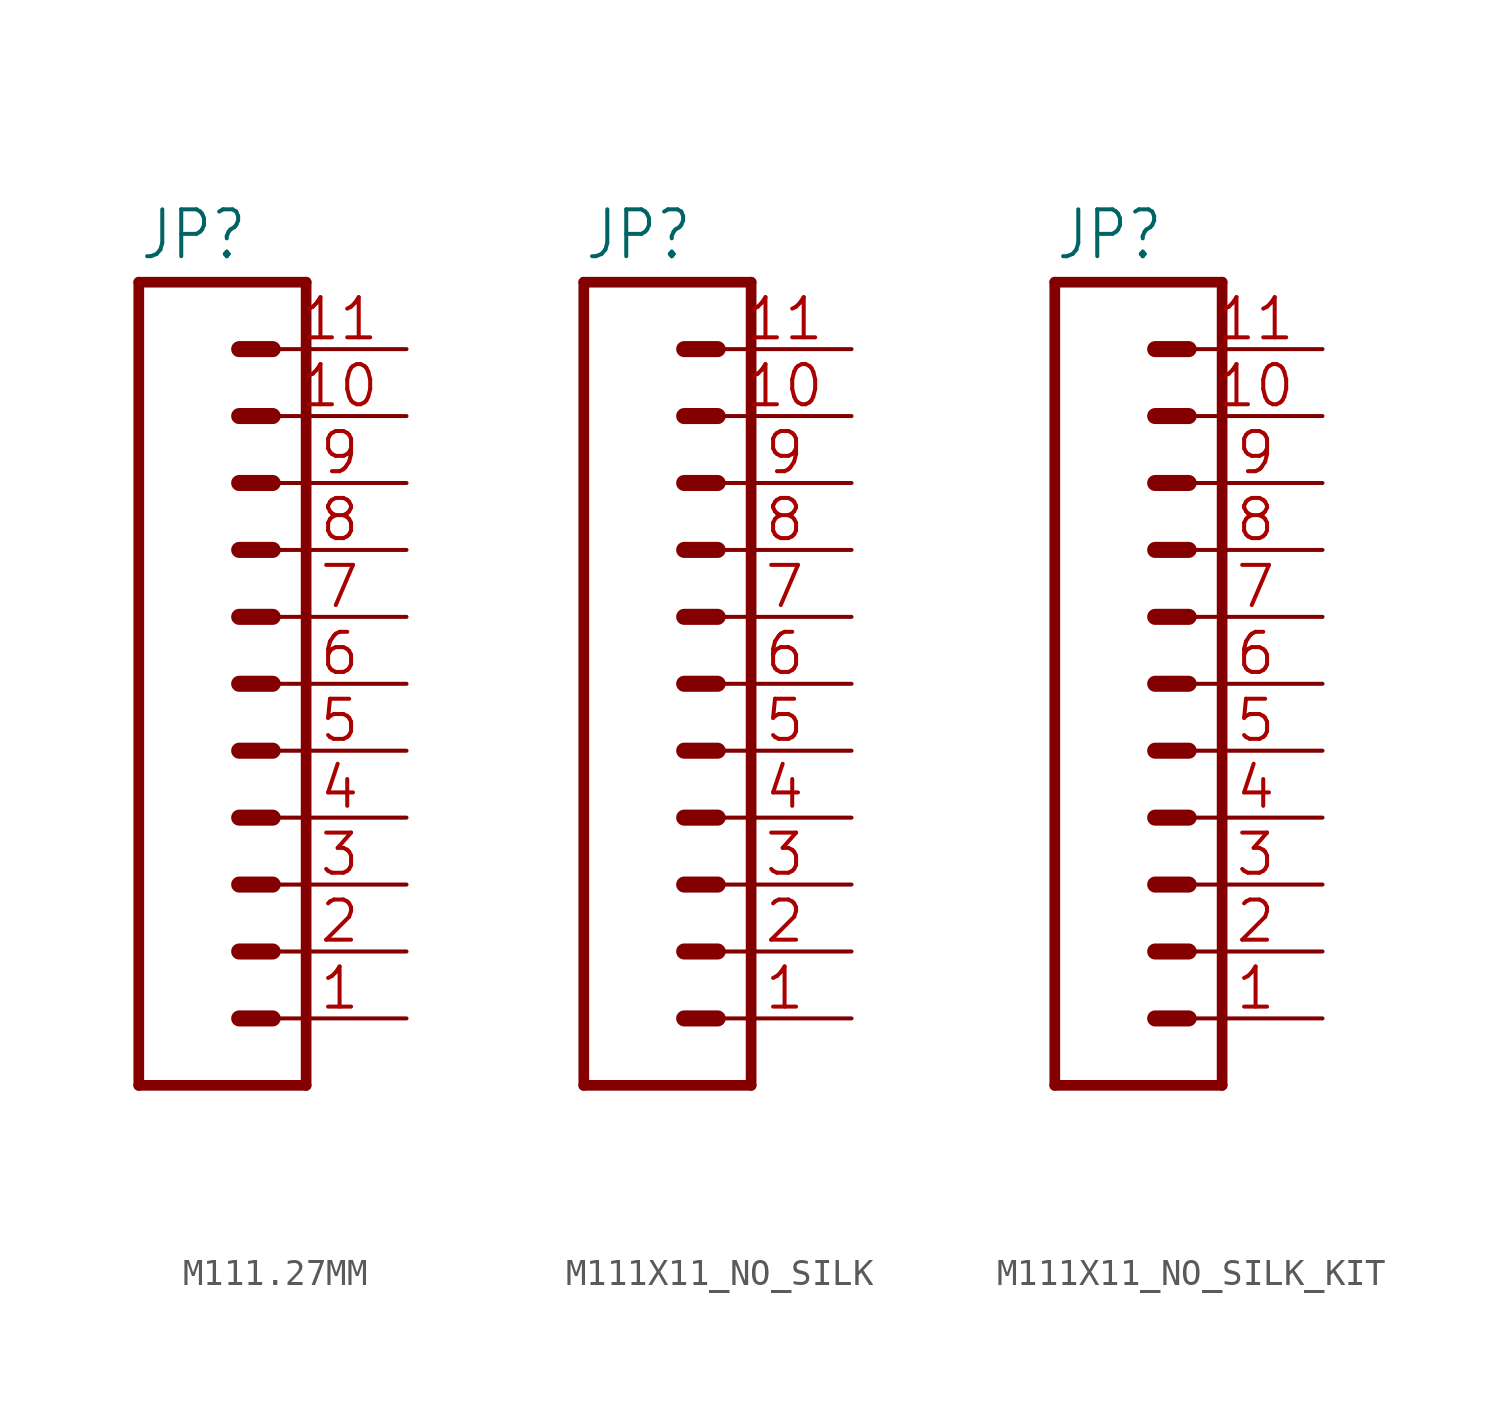
<source format=kicad_sym>
(kicad_symbol_lib
  (version 20241209)
  (generator "kicad_symbol_editor")
  (generator_version "9.0")
  (symbol "M111.27MM"
    (property "Reference" "JP"
      (at 0 16.002 0)
      (effects (font (size 1.778 1.511)) (justify left bottom)))
    (property "Value" ""
      (at 0 -17.78 0)
      (effects (font (size 1.778 1.511)) (justify left bottom)))
    (property "ki_locked" ""
      (at 0 0 0)
      (effects (font (size 1.27 1.27))))
    (symbol "M111.27MM_1_0"
      (polyline (pts (xy 0 15.24) (xy 0 -15.24)) (stroke (width 0.406) (type solid)) (fill (type none)))
      (polyline (pts (xy 0 15.24) (xy 6.35 15.24)) (stroke (width 0.406) (type solid)) (fill (type none)))
      (polyline (pts (xy 3.81 12.7) (xy 5.08 12.7)) (stroke (width 0.61) (type solid)) (fill (type none)))
      (polyline (pts (xy 3.81 10.16) (xy 5.08 10.16)) (stroke (width 0.61) (type solid)) (fill (type none)))
      (polyline (pts (xy 3.81 7.62) (xy 5.08 7.62)) (stroke (width 0.61) (type solid)) (fill (type none)))
      (polyline (pts (xy 3.81 5.08) (xy 5.08 5.08)) (stroke (width 0.61) (type solid)) (fill (type none)))
      (polyline (pts (xy 3.81 2.54) (xy 5.08 2.54)) (stroke (width 0.61) (type solid)) (fill (type none)))
      (polyline (pts (xy 3.81 0) (xy 5.08 0)) (stroke (width 0.61) (type solid)) (fill (type none)))
      (polyline (pts (xy 3.81 -2.54) (xy 5.08 -2.54)) (stroke (width 0.61) (type solid)) (fill (type none)))
      (polyline (pts (xy 3.81 -5.08) (xy 5.08 -5.08)) (stroke (width 0.61) (type solid)) (fill (type none)))
      (polyline (pts (xy 3.81 -7.62) (xy 5.08 -7.62)) (stroke (width 0.61) (type solid)) (fill (type none)))
      (polyline (pts (xy 3.81 -10.16) (xy 5.08 -10.16)) (stroke (width 0.61) (type solid)) (fill (type none)))
      (polyline (pts (xy 3.81 -12.7) (xy 5.08 -12.7)) (stroke (width 0.61) (type solid)) (fill (type none)))
      (polyline (pts (xy 6.35 -15.24) (xy 0 -15.24)) (stroke (width 0.406) (type solid)) (fill (type none)))
      (polyline (pts (xy 6.35 -15.24) (xy 6.35 15.24)) (stroke (width 0.406) (type solid)) (fill (type none)))
      (pin passive line (at 10.16 12.7 180) (length 5.08) (name "11" (effects (font (size 0 0)))) (number "11" (effects (font (size 1.524 1.524)))))
      (pin passive line (at 10.16 10.16 180) (length 5.08) (name "10" (effects (font (size 0 0)))) (number "10" (effects (font (size 1.524 1.524)))))
      (pin passive line (at 10.16 7.62 180) (length 5.08) (name "9" (effects (font (size 0 0)))) (number "9" (effects (font (size 1.524 1.524)))))
      (pin passive line (at 10.16 5.08 180) (length 5.08) (name "8" (effects (font (size 0 0)))) (number "8" (effects (font (size 1.524 1.524)))))
      (pin passive line (at 10.16 2.54 180) (length 5.08) (name "7" (effects (font (size 0 0)))) (number "7" (effects (font (size 1.524 1.524)))))
      (pin passive line (at 10.16 0 180) (length 5.08) (name "6" (effects (font (size 0 0)))) (number "6" (effects (font (size 1.524 1.524)))))
      (pin passive line (at 10.16 -2.54 180) (length 5.08) (name "5" (effects (font (size 0 0)))) (number "5" (effects (font (size 1.524 1.524)))))
      (pin passive line (at 10.16 -5.08 180) (length 5.08) (name "4" (effects (font (size 0 0)))) (number "4" (effects (font (size 1.524 1.524)))))
      (pin passive line (at 10.16 -7.62 180) (length 5.08) (name "3" (effects (font (size 0 0)))) (number "3" (effects (font (size 1.524 1.524)))))
      (pin passive line (at 10.16 -10.16 180) (length 5.08) (name "2" (effects (font (size 0 0)))) (number "2" (effects (font (size 1.524 1.524)))))
      (pin passive line (at 10.16 -12.7 180) (length 5.08) (name "1" (effects (font (size 0 0)))) (number "1" (effects (font (size 1.524 1.524)))))))
  (symbol "M111X11_NO_SILK"
    (property "Reference" "JP"
      (at 0 16.002 0)
      (effects (font (size 1.778 1.511)) (justify left bottom)))
    (property "Value" ""
      (at 0 -17.78 0)
      (effects (font (size 1.778 1.511)) (justify left bottom)))
    (property "ki_locked" ""
      (at 0 0 0)
      (effects (font (size 1.27 1.27))))
    (symbol "M111X11_NO_SILK_1_0"
      (polyline (pts (xy 0 15.24) (xy 0 -15.24)) (stroke (width 0.406) (type solid)) (fill (type none)))
      (polyline (pts (xy 0 15.24) (xy 6.35 15.24)) (stroke (width 0.406) (type solid)) (fill (type none)))
      (polyline (pts (xy 3.81 12.7) (xy 5.08 12.7)) (stroke (width 0.61) (type solid)) (fill (type none)))
      (polyline (pts (xy 3.81 10.16) (xy 5.08 10.16)) (stroke (width 0.61) (type solid)) (fill (type none)))
      (polyline (pts (xy 3.81 7.62) (xy 5.08 7.62)) (stroke (width 0.61) (type solid)) (fill (type none)))
      (polyline (pts (xy 3.81 5.08) (xy 5.08 5.08)) (stroke (width 0.61) (type solid)) (fill (type none)))
      (polyline (pts (xy 3.81 2.54) (xy 5.08 2.54)) (stroke (width 0.61) (type solid)) (fill (type none)))
      (polyline (pts (xy 3.81 0) (xy 5.08 0)) (stroke (width 0.61) (type solid)) (fill (type none)))
      (polyline (pts (xy 3.81 -2.54) (xy 5.08 -2.54)) (stroke (width 0.61) (type solid)) (fill (type none)))
      (polyline (pts (xy 3.81 -5.08) (xy 5.08 -5.08)) (stroke (width 0.61) (type solid)) (fill (type none)))
      (polyline (pts (xy 3.81 -7.62) (xy 5.08 -7.62)) (stroke (width 0.61) (type solid)) (fill (type none)))
      (polyline (pts (xy 3.81 -10.16) (xy 5.08 -10.16)) (stroke (width 0.61) (type solid)) (fill (type none)))
      (polyline (pts (xy 3.81 -12.7) (xy 5.08 -12.7)) (stroke (width 0.61) (type solid)) (fill (type none)))
      (polyline (pts (xy 6.35 -15.24) (xy 0 -15.24)) (stroke (width 0.406) (type solid)) (fill (type none)))
      (polyline (pts (xy 6.35 -15.24) (xy 6.35 15.24)) (stroke (width 0.406) (type solid)) (fill (type none)))
      (pin passive line (at 10.16 12.7 180) (length 5.08) (name "11" (effects (font (size 0 0)))) (number "11" (effects (font (size 1.524 1.524)))))
      (pin passive line (at 10.16 10.16 180) (length 5.08) (name "10" (effects (font (size 0 0)))) (number "10" (effects (font (size 1.524 1.524)))))
      (pin passive line (at 10.16 7.62 180) (length 5.08) (name "9" (effects (font (size 0 0)))) (number "9" (effects (font (size 1.524 1.524)))))
      (pin passive line (at 10.16 5.08 180) (length 5.08) (name "8" (effects (font (size 0 0)))) (number "8" (effects (font (size 1.524 1.524)))))
      (pin passive line (at 10.16 2.54 180) (length 5.08) (name "7" (effects (font (size 0 0)))) (number "7" (effects (font (size 1.524 1.524)))))
      (pin passive line (at 10.16 0 180) (length 5.08) (name "6" (effects (font (size 0 0)))) (number "6" (effects (font (size 1.524 1.524)))))
      (pin passive line (at 10.16 -2.54 180) (length 5.08) (name "5" (effects (font (size 0 0)))) (number "5" (effects (font (size 1.524 1.524)))))
      (pin passive line (at 10.16 -5.08 180) (length 5.08) (name "4" (effects (font (size 0 0)))) (number "4" (effects (font (size 1.524 1.524)))))
      (pin passive line (at 10.16 -7.62 180) (length 5.08) (name "3" (effects (font (size 0 0)))) (number "3" (effects (font (size 1.524 1.524)))))
      (pin passive line (at 10.16 -10.16 180) (length 5.08) (name "2" (effects (font (size 0 0)))) (number "2" (effects (font (size 1.524 1.524)))))
      (pin passive line (at 10.16 -12.7 180) (length 5.08) (name "1" (effects (font (size 0 0)))) (number "1" (effects (font (size 1.524 1.524)))))))
  (symbol "M111X11_NO_SILK_KIT"
    (property "Reference" "JP"
      (at 0 16.002 0)
      (effects (font (size 1.778 1.511)) (justify left bottom)))
    (property "Value" ""
      (at 0 -17.78 0)
      (effects (font (size 1.778 1.511)) (justify left bottom)))
    (property "ki_locked" ""
      (at 0 0 0)
      (effects (font (size 1.27 1.27))))
    (symbol "M111X11_NO_SILK_KIT_1_0"
      (polyline (pts (xy 0 15.24) (xy 0 -15.24)) (stroke (width 0.406) (type solid)) (fill (type none)))
      (polyline (pts (xy 0 15.24) (xy 6.35 15.24)) (stroke (width 0.406) (type solid)) (fill (type none)))
      (polyline (pts (xy 3.81 12.7) (xy 5.08 12.7)) (stroke (width 0.61) (type solid)) (fill (type none)))
      (polyline (pts (xy 3.81 10.16) (xy 5.08 10.16)) (stroke (width 0.61) (type solid)) (fill (type none)))
      (polyline (pts (xy 3.81 7.62) (xy 5.08 7.62)) (stroke (width 0.61) (type solid)) (fill (type none)))
      (polyline (pts (xy 3.81 5.08) (xy 5.08 5.08)) (stroke (width 0.61) (type solid)) (fill (type none)))
      (polyline (pts (xy 3.81 2.54) (xy 5.08 2.54)) (stroke (width 0.61) (type solid)) (fill (type none)))
      (polyline (pts (xy 3.81 0) (xy 5.08 0)) (stroke (width 0.61) (type solid)) (fill (type none)))
      (polyline (pts (xy 3.81 -2.54) (xy 5.08 -2.54)) (stroke (width 0.61) (type solid)) (fill (type none)))
      (polyline (pts (xy 3.81 -5.08) (xy 5.08 -5.08)) (stroke (width 0.61) (type solid)) (fill (type none)))
      (polyline (pts (xy 3.81 -7.62) (xy 5.08 -7.62)) (stroke (width 0.61) (type solid)) (fill (type none)))
      (polyline (pts (xy 3.81 -10.16) (xy 5.08 -10.16)) (stroke (width 0.61) (type solid)) (fill (type none)))
      (polyline (pts (xy 3.81 -12.7) (xy 5.08 -12.7)) (stroke (width 0.61) (type solid)) (fill (type none)))
      (polyline (pts (xy 6.35 -15.24) (xy 0 -15.24)) (stroke (width 0.406) (type solid)) (fill (type none)))
      (polyline (pts (xy 6.35 -15.24) (xy 6.35 15.24)) (stroke (width 0.406) (type solid)) (fill (type none)))
      (pin passive line (at 10.16 12.7 180) (length 5.08) (name "11" (effects (font (size 0 0)))) (number "11" (effects (font (size 1.524 1.524)))))
      (pin passive line (at 10.16 10.16 180) (length 5.08) (name "10" (effects (font (size 0 0)))) (number "10" (effects (font (size 1.524 1.524)))))
      (pin passive line (at 10.16 7.62 180) (length 5.08) (name "9" (effects (font (size 0 0)))) (number "9" (effects (font (size 1.524 1.524)))))
      (pin passive line (at 10.16 5.08 180) (length 5.08) (name "8" (effects (font (size 0 0)))) (number "8" (effects (font (size 1.524 1.524)))))
      (pin passive line (at 10.16 2.54 180) (length 5.08) (name "7" (effects (font (size 0 0)))) (number "7" (effects (font (size 1.524 1.524)))))
      (pin passive line (at 10.16 0 180) (length 5.08) (name "6" (effects (font (size 0 0)))) (number "6" (effects (font (size 1.524 1.524)))))
      (pin passive line (at 10.16 -2.54 180) (length 5.08) (name "5" (effects (font (size 0 0)))) (number "5" (effects (font (size 1.524 1.524)))))
      (pin passive line (at 10.16 -5.08 180) (length 5.08) (name "4" (effects (font (size 0 0)))) (number "4" (effects (font (size 1.524 1.524)))))
      (pin passive line (at 10.16 -7.62 180) (length 5.08) (name "3" (effects (font (size 0 0)))) (number "3" (effects (font (size 1.524 1.524)))))
      (pin passive line (at 10.16 -10.16 180) (length 5.08) (name "2" (effects (font (size 0 0)))) (number "2" (effects (font (size 1.524 1.524)))))
      (pin passive line (at 10.16 -12.7 180) (length 5.08) (name "1" (effects (font (size 0 0)))) (number "1" (effects (font (size 1.524 1.524))))))))
</source>
